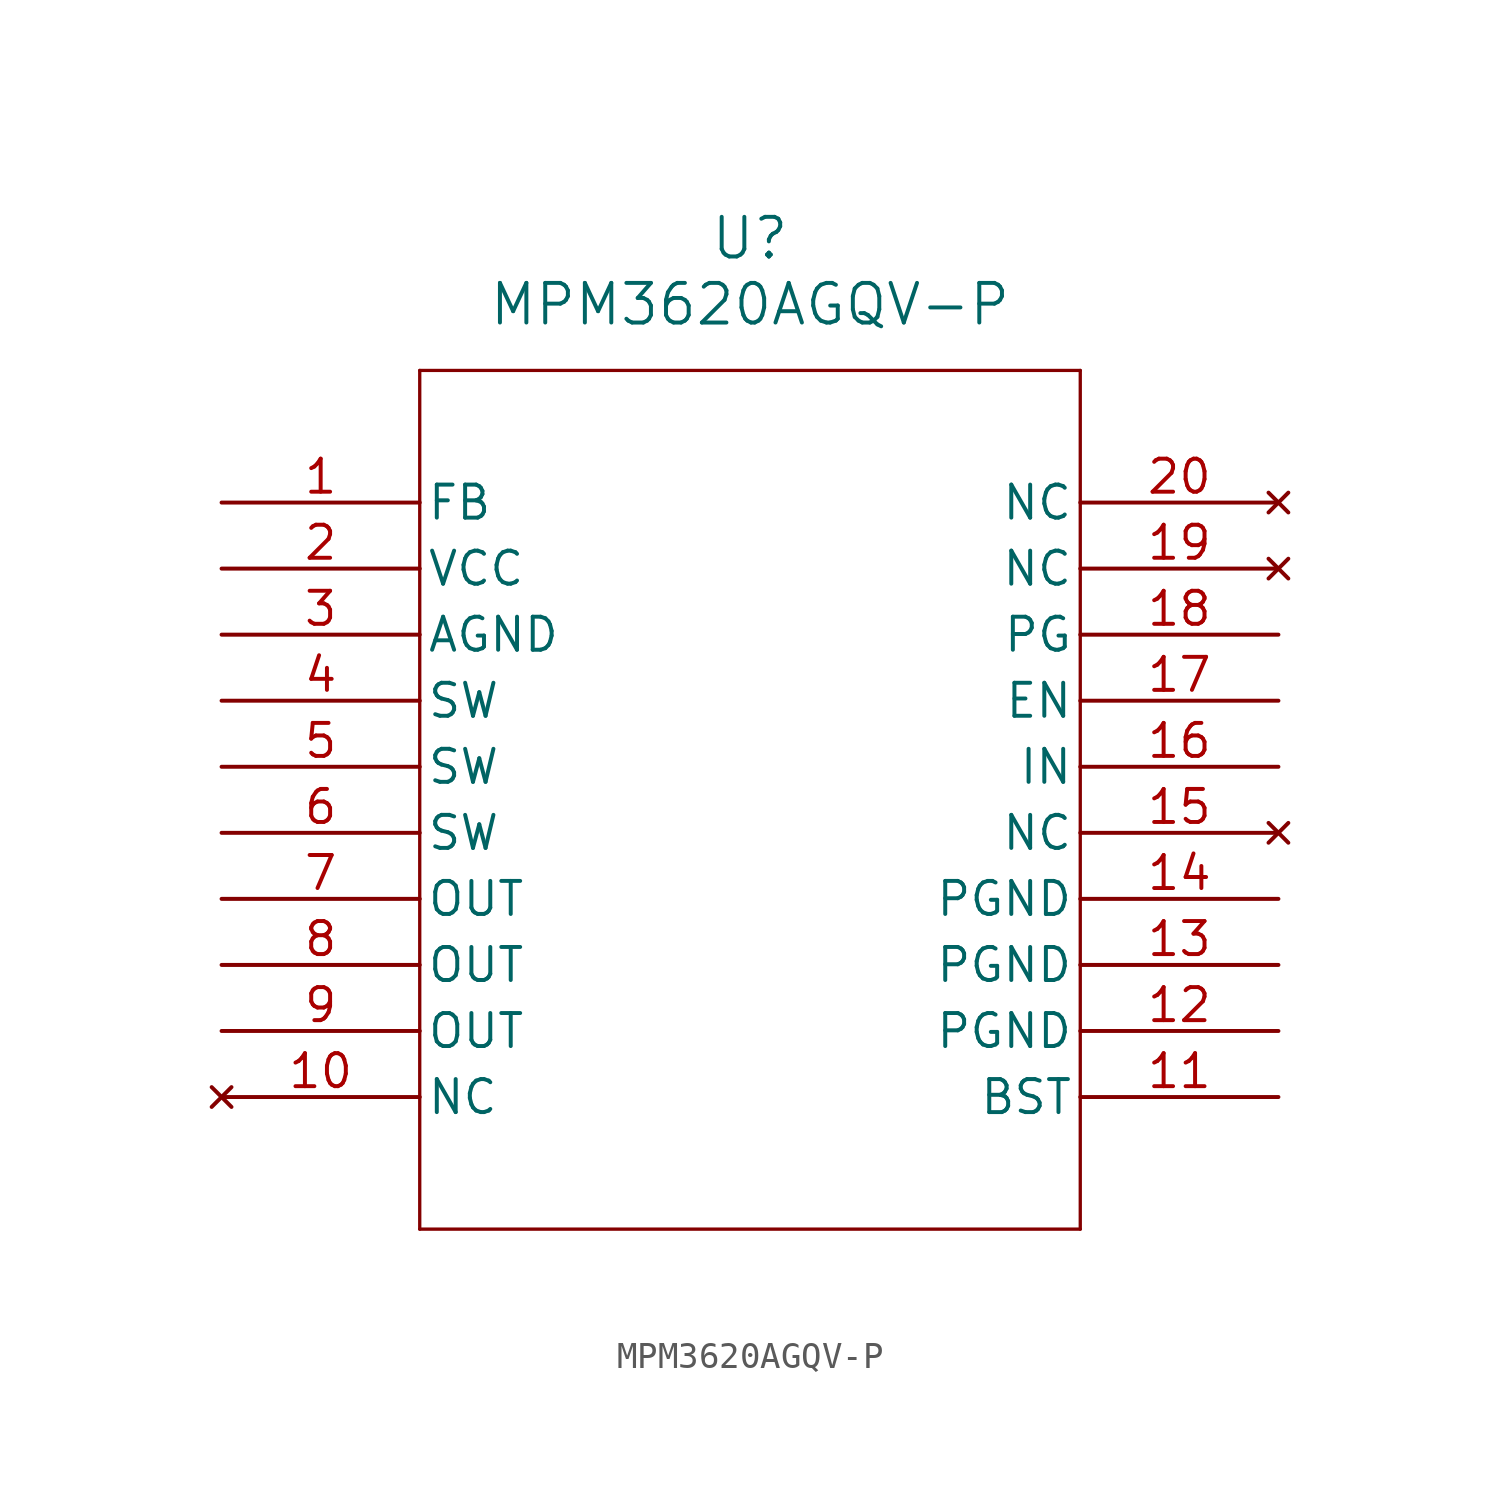
<source format=kicad_sym>
(kicad_symbol_lib
  (version 20231120)
  (generator "kicad_symbol_editor")
  (generator_version "8.0")
  (symbol "MPM3620AGQV-P"
    (pin_names
      (offset 0.254))
    (property "Reference" "U"
      (at 20.32 10.16 0)
      (effects (font (size 1.524 1.524))))
    (property "Value" "MPM3620AGQV-P"
      (at 20.32 7.62 0)
      (effects (font (size 1.524 1.524))))
    (property "ki_locked" ""
      (at 0 0 0)
      (effects (font (size 1.27 1.27))))
    (symbol "MPM3620AGQV-P_0_1"
      (polyline (pts (xy 7.62 -27.94) (xy 33.02 -27.94)) (stroke (width 0.127) (type default)) (fill (type none)))
      (polyline (pts (xy 7.62 5.08) (xy 7.62 -27.94)) (stroke (width 0.127) (type default)) (fill (type none)))
      (polyline (pts (xy 33.02 -27.94) (xy 33.02 5.08)) (stroke (width 0.127) (type default)) (fill (type none)))
      (polyline (pts (xy 33.02 5.08) (xy 7.62 5.08)) (stroke (width 0.127) (type default)) (fill (type none)))
      (pin input line (at 0 0 0) (length 7.62) (name "FB" (effects (font (size 1.27 1.27)))) (number "1" (effects (font (size 1.27 1.27)))))
      (pin no_connect line (at 0 -22.86 0) (length 7.62) (name "NC" (effects (font (size 1.27 1.27)))) (number "10" (effects (font (size 1.27 1.27)))))
      (pin unspecified line (at 40.64 -22.86 180) (length 7.62) (name "BST" (effects (font (size 1.27 1.27)))) (number "11" (effects (font (size 1.27 1.27)))))
      (pin power_out line (at 40.64 -20.32 180) (length 7.62) (name "PGND" (effects (font (size 1.27 1.27)))) (number "12" (effects (font (size 1.27 1.27)))))
      (pin power_out line (at 40.64 -17.78 180) (length 7.62) (name "PGND" (effects (font (size 1.27 1.27)))) (number "13" (effects (font (size 1.27 1.27)))))
      (pin power_out line (at 40.64 -15.24 180) (length 7.62) (name "PGND" (effects (font (size 1.27 1.27)))) (number "14" (effects (font (size 1.27 1.27)))))
      (pin no_connect line (at 40.64 -12.7 180) (length 7.62) (name "NC" (effects (font (size 1.27 1.27)))) (number "15" (effects (font (size 1.27 1.27)))))
      (pin power_in line (at 40.64 -10.16 180) (length 7.62) (name "IN" (effects (font (size 1.27 1.27)))) (number "16" (effects (font (size 1.27 1.27)))))
      (pin unspecified line (at 40.64 -7.62 180) (length 7.62) (name "EN" (effects (font (size 1.27 1.27)))) (number "17" (effects (font (size 1.27 1.27)))))
      (pin output line (at 40.64 -5.08 180) (length 7.62) (name "PG" (effects (font (size 1.27 1.27)))) (number "18" (effects (font (size 1.27 1.27)))))
      (pin no_connect line (at 40.64 -2.54 180) (length 7.62) (name "NC" (effects (font (size 1.27 1.27)))) (number "19" (effects (font (size 1.27 1.27)))))
      (pin power_in line (at 0 -2.54 0) (length 7.62) (name "VCC" (effects (font (size 1.27 1.27)))) (number "2" (effects (font (size 1.27 1.27)))))
      (pin no_connect line (at 40.64 0 180) (length 7.62) (name "NC" (effects (font (size 1.27 1.27)))) (number "20" (effects (font (size 1.27 1.27)))))
      (pin power_out line (at 0 -5.08 0) (length 7.62) (name "AGND" (effects (font (size 1.27 1.27)))) (number "3" (effects (font (size 1.27 1.27)))))
      (pin output line (at 0 -7.62 0) (length 7.62) (name "SW" (effects (font (size 1.27 1.27)))) (number "4" (effects (font (size 1.27 1.27)))))
      (pin output line (at 0 -10.16 0) (length 7.62) (name "SW" (effects (font (size 1.27 1.27)))) (number "5" (effects (font (size 1.27 1.27)))))
      (pin output line (at 0 -12.7 0) (length 7.62) (name "SW" (effects (font (size 1.27 1.27)))) (number "6" (effects (font (size 1.27 1.27)))))
      (pin output line (at 0 -15.24 0) (length 7.62) (name "OUT" (effects (font (size 1.27 1.27)))) (number "7" (effects (font (size 1.27 1.27)))))
      (pin output line (at 0 -17.78 0) (length 7.62) (name "OUT" (effects (font (size 1.27 1.27)))) (number "8" (effects (font (size 1.27 1.27)))))
      (pin output line (at 0 -20.32 0) (length 7.62) (name "OUT" (effects (font (size 1.27 1.27)))) (number "9" (effects (font (size 1.27 1.27))))))))
</source>
